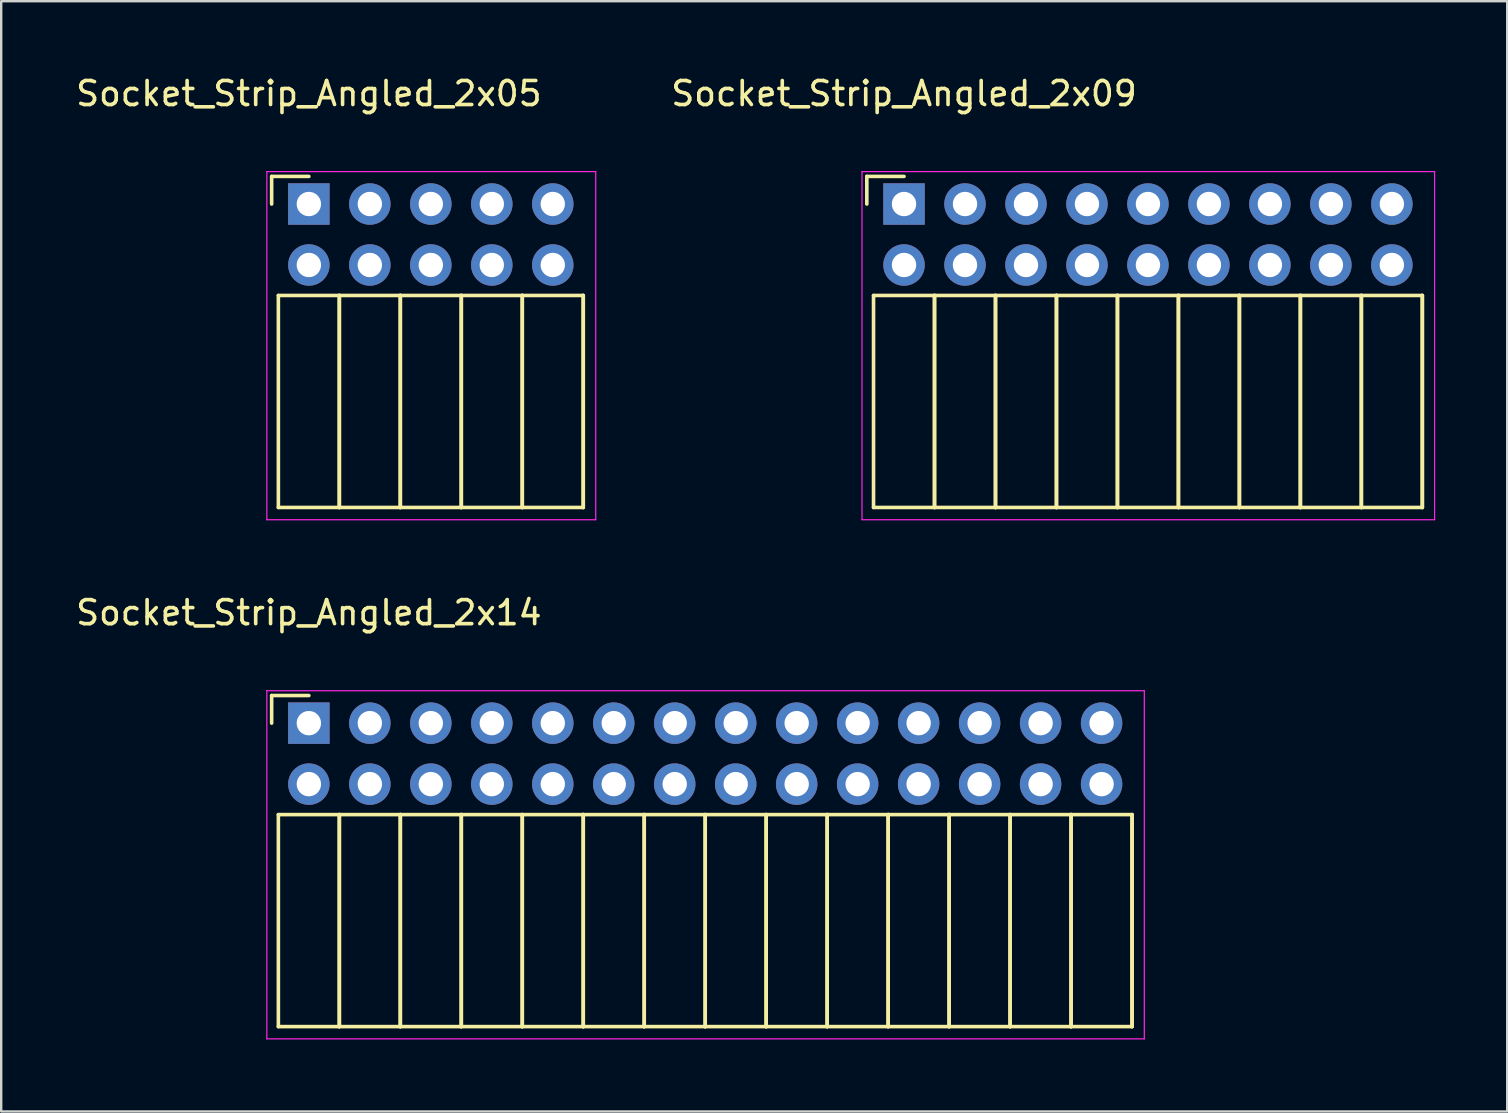
<source format=kicad_pcb>
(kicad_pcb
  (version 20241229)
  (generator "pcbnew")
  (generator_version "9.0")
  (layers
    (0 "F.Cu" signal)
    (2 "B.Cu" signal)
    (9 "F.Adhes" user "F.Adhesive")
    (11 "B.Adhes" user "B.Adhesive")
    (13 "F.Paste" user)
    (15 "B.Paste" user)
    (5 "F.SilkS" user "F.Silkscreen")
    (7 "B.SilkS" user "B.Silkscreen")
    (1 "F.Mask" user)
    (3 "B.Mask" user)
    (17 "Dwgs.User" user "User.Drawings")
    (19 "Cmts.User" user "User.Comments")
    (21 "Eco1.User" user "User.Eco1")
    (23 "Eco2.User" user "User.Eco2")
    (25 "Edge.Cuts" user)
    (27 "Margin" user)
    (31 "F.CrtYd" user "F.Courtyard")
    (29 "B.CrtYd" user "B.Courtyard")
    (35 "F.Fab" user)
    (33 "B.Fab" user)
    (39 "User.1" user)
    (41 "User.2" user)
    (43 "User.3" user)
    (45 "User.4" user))
  (footprint "Socket_Strip_Angled_2x14"
    (layer "F.Cu")
    (at 9.815 27.072)
    (property "Reference" "Socket_Strip_Angled_2x14" (at 0 -4.6 0) (layer "F.SilkS") (effects (font (size 1 1) (thickness 0.15))))
    (attr through_hole)
    (fp_line (start -1.55 -1.15) (end -1.55 0) (stroke (width 0.15) (type solid)) (layer "F.SilkS"))
    (fp_line (start -1.27 3.81) (end -1.27 12.64) (stroke (width 0.15) (type solid)) (layer "F.SilkS"))
    (fp_line (start -1.27 3.81) (end 1.27 3.81) (stroke (width 0.15) (type solid)) (layer "F.SilkS"))
    (fp_line (start -1.27 12.64) (end 1.27 12.64) (stroke (width 0.15) (type solid)) (layer "F.SilkS"))
    (fp_line (start 0 -1.15) (end -1.55 -1.15) (stroke (width 0.15) (type solid)) (layer "F.SilkS"))
    (fp_line (start 1.27 3.81) (end 1.27 12.64) (stroke (width 0.15) (type solid)) (layer "F.SilkS"))
    (fp_line (start 1.27 3.81) (end 3.81 3.81) (stroke (width 0.15) (type solid)) (layer "F.SilkS"))
    (fp_line (start 1.27 12.64) (end 1.27 3.81) (stroke (width 0.15) (type solid)) (layer "F.SilkS"))
    (fp_line (start 1.27 12.64) (end 3.81 12.64) (stroke (width 0.15) (type solid)) (layer "F.SilkS"))
    (fp_line (start 3.81 3.81) (end 3.81 12.64) (stroke (width 0.15) (type solid)) (layer "F.SilkS"))
    (fp_line (start 3.81 3.81) (end 6.35 3.81) (stroke (width 0.15) (type solid)) (layer "F.SilkS"))
    (fp_line (start 3.81 12.64) (end 3.81 3.81) (stroke (width 0.15) (type solid)) (layer "F.SilkS"))
    (fp_line (start 3.81 12.64) (end 6.35 12.64) (stroke (width 0.15) (type solid)) (layer "F.SilkS"))
    (fp_line (start 6.35 3.81) (end 6.35 12.64) (stroke (width 0.15) (type solid)) (layer "F.SilkS"))
    (fp_line (start 6.35 3.81) (end 8.89 3.81) (stroke (width 0.15) (type solid)) (layer "F.SilkS"))
    (fp_line (start 6.35 12.64) (end 6.35 3.81) (stroke (width 0.15) (type solid)) (layer "F.SilkS"))
    (fp_line (start 6.35 12.64) (end 8.89 12.64) (stroke (width 0.15) (type solid)) (layer "F.SilkS"))
    (fp_line (start 8.89 3.81) (end 8.89 12.64) (stroke (width 0.15) (type solid)) (layer "F.SilkS"))
    (fp_line (start 8.89 3.81) (end 11.43 3.81) (stroke (width 0.15) (type solid)) (layer "F.SilkS"))
    (fp_line (start 8.89 12.64) (end 8.89 3.81) (stroke (width 0.15) (type solid)) (layer "F.SilkS"))
    (fp_line (start 8.89 12.64) (end 11.43 12.64) (stroke (width 0.15) (type solid)) (layer "F.SilkS"))
    (fp_line (start 11.43 3.81) (end 11.43 12.64) (stroke (width 0.15) (type solid)) (layer "F.SilkS"))
    (fp_line (start 11.43 3.81) (end 13.97 3.81) (stroke (width 0.15) (type solid)) (layer "F.SilkS"))
    (fp_line (start 11.43 12.64) (end 11.43 3.81) (stroke (width 0.15) (type solid)) (layer "F.SilkS"))
    (fp_line (start 11.43 12.64) (end 13.97 12.64) (stroke (width 0.15) (type solid)) (layer "F.SilkS"))
    (fp_line (start 13.97 3.81) (end 13.97 12.64) (stroke (width 0.15) (type solid)) (layer "F.SilkS"))
    (fp_line (start 13.97 3.81) (end 16.51 3.81) (stroke (width 0.15) (type solid)) (layer "F.SilkS"))
    (fp_line (start 13.97 12.64) (end 13.97 3.81) (stroke (width 0.15) (type solid)) (layer "F.SilkS"))
    (fp_line (start 13.97 12.64) (end 16.51 12.64) (stroke (width 0.15) (type solid)) (layer "F.SilkS"))
    (fp_line (start 16.51 3.81) (end 16.51 12.64) (stroke (width 0.15) (type solid)) (layer "F.SilkS"))
    (fp_line (start 16.51 3.81) (end 19.05 3.81) (stroke (width 0.15) (type solid)) (layer "F.SilkS"))
    (fp_line (start 16.51 12.64) (end 16.51 3.81) (stroke (width 0.15) (type solid)) (layer "F.SilkS"))
    (fp_line (start 16.51 12.64) (end 19.05 12.64) (stroke (width 0.15) (type solid)) (layer "F.SilkS"))
    (fp_line (start 19.05 3.81) (end 19.05 12.64) (stroke (width 0.15) (type solid)) (layer "F.SilkS"))
    (fp_line (start 19.05 3.81) (end 21.59 3.81) (stroke (width 0.15) (type solid)) (layer "F.SilkS"))
    (fp_line (start 19.05 12.64) (end 19.05 3.81) (stroke (width 0.15) (type solid)) (layer "F.SilkS"))
    (fp_line (start 19.05 12.64) (end 21.59 12.64) (stroke (width 0.15) (type solid)) (layer "F.SilkS"))
    (fp_line (start 21.59 3.81) (end 21.59 12.64) (stroke (width 0.15) (type solid)) (layer "F.SilkS"))
    (fp_line (start 21.59 3.81) (end 24.13 3.81) (stroke (width 0.15) (type solid)) (layer "F.SilkS"))
    (fp_line (start 21.59 12.64) (end 21.59 3.81) (stroke (width 0.15) (type solid)) (layer "F.SilkS"))
    (fp_line (start 21.59 12.64) (end 24.13 12.64) (stroke (width 0.15) (type solid)) (layer "F.SilkS"))
    (fp_line (start 24.13 3.81) (end 24.13 12.64) (stroke (width 0.15) (type solid)) (layer "F.SilkS"))
    (fp_line (start 24.13 3.81) (end 26.67 3.81) (stroke (width 0.15) (type solid)) (layer "F.SilkS"))
    (fp_line (start 24.13 12.64) (end 24.13 3.81) (stroke (width 0.15) (type solid)) (layer "F.SilkS"))
    (fp_line (start 24.13 12.64) (end 26.67 12.64) (stroke (width 0.15) (type solid)) (layer "F.SilkS"))
    (fp_line (start 26.67 3.81) (end 26.67 12.64) (stroke (width 0.15) (type solid)) (layer "F.SilkS"))
    (fp_line (start 26.67 3.81) (end 29.21 3.81) (stroke (width 0.15) (type solid)) (layer "F.SilkS"))
    (fp_line (start 26.67 12.64) (end 26.67 3.81) (stroke (width 0.15) (type solid)) (layer "F.SilkS"))
    (fp_line (start 26.67 12.64) (end 29.21 12.64) (stroke (width 0.15) (type solid)) (layer "F.SilkS"))
    (fp_line (start 29.21 3.81) (end 29.21 12.64) (stroke (width 0.15) (type solid)) (layer "F.SilkS"))
    (fp_line (start 29.21 3.81) (end 31.75 3.81) (stroke (width 0.15) (type solid)) (layer "F.SilkS"))
    (fp_line (start 29.21 12.64) (end 29.21 3.81) (stroke (width 0.15) (type solid)) (layer "F.SilkS"))
    (fp_line (start 29.21 12.64) (end 31.75 12.64) (stroke (width 0.15) (type solid)) (layer "F.SilkS"))
    (fp_line (start 31.75 3.81) (end 31.75 12.64) (stroke (width 0.15) (type solid)) (layer "F.SilkS"))
    (fp_line (start 31.75 3.81) (end 34.29 3.81) (stroke (width 0.15) (type solid)) (layer "F.SilkS"))
    (fp_line (start 31.75 12.64) (end 31.75 3.81) (stroke (width 0.15) (type solid)) (layer "F.SilkS"))
    (fp_line (start 31.75 12.64) (end 34.29 12.64) (stroke (width 0.15) (type solid)) (layer "F.SilkS"))
    (fp_line (start 34.29 3.81) (end 34.29 12.64) (stroke (width 0.15) (type solid)) (layer "F.SilkS"))
    (fp_line (start 34.29 12.64) (end 34.29 3.81) (stroke (width 0.15) (type solid)) (layer "F.SilkS"))
    (fp_line (start -1.75 -1.35) (end -1.75 13.15) (stroke (width 0.05) (type solid)) (layer "F.CrtYd"))
    (fp_line (start -1.75 -1.35) (end 34.8 -1.35) (stroke (width 0.05) (type solid)) (layer "F.CrtYd"))
    (fp_line (start -1.75 13.15) (end 34.8 13.15) (stroke (width 0.05) (type solid)) (layer "F.CrtYd"))
    (fp_line (start 34.8 -1.35) (end 34.8 13.15) (stroke (width 0.05) (type solid)) (layer "F.CrtYd"))
    (pad "1" thru_hole rect (at 0 0) (size 1.727 1.727) (drill 1.016) (layers "*.Cu" "*.Mask"))
    (pad "2" thru_hole oval (at 0 2.54) (size 1.727 1.727) (drill 1.016) (layers "*.Cu" "*.Mask"))
    (pad "3" thru_hole oval (at 2.54 0) (size 1.727 1.727) (drill 1.016) (layers "*.Cu" "*.Mask"))
    (pad "4" thru_hole oval (at 2.54 2.54) (size 1.727 1.727) (drill 1.016) (layers "*.Cu" "*.Mask"))
    (pad "5" thru_hole oval (at 5.08 0) (size 1.727 1.727) (drill 1.016) (layers "*.Cu" "*.Mask"))
    (pad "6" thru_hole oval (at 5.08 2.54) (size 1.727 1.727) (drill 1.016) (layers "*.Cu" "*.Mask"))
    (pad "7" thru_hole oval (at 7.62 0) (size 1.727 1.727) (drill 1.016) (layers "*.Cu" "*.Mask"))
    (pad "8" thru_hole oval (at 7.62 2.54) (size 1.727 1.727) (drill 1.016) (layers "*.Cu" "*.Mask"))
    (pad "9" thru_hole oval (at 10.16 0) (size 1.727 1.727) (drill 1.016) (layers "*.Cu" "*.Mask"))
    (pad "10" thru_hole oval (at 10.16 2.54) (size 1.727 1.727) (drill 1.016) (layers "*.Cu" "*.Mask"))
    (pad "11" thru_hole oval (at 12.7 0) (size 1.727 1.727) (drill 1.016) (layers "*.Cu" "*.Mask"))
    (pad "12" thru_hole oval (at 12.7 2.54) (size 1.727 1.727) (drill 1.016) (layers "*.Cu" "*.Mask"))
    (pad "13" thru_hole oval (at 15.24 0) (size 1.727 1.727) (drill 1.016) (layers "*.Cu" "*.Mask"))
    (pad "14" thru_hole oval (at 15.24 2.54) (size 1.727 1.727) (drill 1.016) (layers "*.Cu" "*.Mask"))
    (pad "15" thru_hole oval (at 17.78 0) (size 1.727 1.727) (drill 1.016) (layers "*.Cu" "*.Mask"))
    (pad "16" thru_hole oval (at 17.78 2.54) (size 1.727 1.727) (drill 1.016) (layers "*.Cu" "*.Mask"))
    (pad "17" thru_hole oval (at 20.32 0) (size 1.727 1.727) (drill 1.016) (layers "*.Cu" "*.Mask"))
    (pad "18" thru_hole oval (at 20.32 2.54) (size 1.727 1.727) (drill 1.016) (layers "*.Cu" "*.Mask"))
    (pad "19" thru_hole oval (at 22.86 0) (size 1.727 1.727) (drill 1.016) (layers "*.Cu" "*.Mask"))
    (pad "20" thru_hole oval (at 22.86 2.54) (size 1.727 1.727) (drill 1.016) (layers "*.Cu" "*.Mask"))
    (pad "21" thru_hole oval (at 25.4 0) (size 1.727 1.727) (drill 1.016) (layers "*.Cu" "*.Mask"))
    (pad "22" thru_hole oval (at 25.4 2.54) (size 1.727 1.727) (drill 1.016) (layers "*.Cu" "*.Mask"))
    (pad "23" thru_hole oval (at 27.94 0) (size 1.727 1.727) (drill 1.016) (layers "*.Cu" "*.Mask"))
    (pad "24" thru_hole oval (at 27.94 2.54) (size 1.727 1.727) (drill 1.016) (layers "*.Cu" "*.Mask"))
    (pad "25" thru_hole oval (at 30.48 0) (size 1.727 1.727) (drill 1.016) (layers "*.Cu" "*.Mask"))
    (pad "26" thru_hole oval (at 30.48 2.54) (size 1.727 1.727) (drill 1.016) (layers "*.Cu" "*.Mask"))
    (pad "27" thru_hole oval (at 33.02 0) (size 1.727 1.727) (drill 1.016) (layers "*.Cu" "*.Mask"))
    (pad "28" thru_hole oval (at 33.02 2.54) (size 1.727 1.727) (drill 1.016) (layers "*.Cu" "*.Mask")))
  (footprint "Socket_Strip_Angled_2x05"
    (layer "F.Cu")
    (at 9.815 5.448)
    (property "Reference" "Socket_Strip_Angled_2x05" (at 0 -4.6 0) (layer "F.SilkS") (effects (font (size 1 1) (thickness 0.15))))
    (attr through_hole)
    (fp_line (start -1.55 -1.15) (end -1.55 0) (stroke (width 0.15) (type solid)) (layer "F.SilkS"))
    (fp_line (start -1.27 3.81) (end -1.27 12.64) (stroke (width 0.15) (type solid)) (layer "F.SilkS"))
    (fp_line (start -1.27 3.81) (end 1.27 3.81) (stroke (width 0.15) (type solid)) (layer "F.SilkS"))
    (fp_line (start -1.27 12.64) (end 1.27 12.64) (stroke (width 0.15) (type solid)) (layer "F.SilkS"))
    (fp_line (start 0 -1.15) (end -1.55 -1.15) (stroke (width 0.15) (type solid)) (layer "F.SilkS"))
    (fp_line (start 1.27 3.81) (end 1.27 12.64) (stroke (width 0.15) (type solid)) (layer "F.SilkS"))
    (fp_line (start 1.27 3.81) (end 3.81 3.81) (stroke (width 0.15) (type solid)) (layer "F.SilkS"))
    (fp_line (start 1.27 12.64) (end 1.27 3.81) (stroke (width 0.15) (type solid)) (layer "F.SilkS"))
    (fp_line (start 1.27 12.64) (end 3.81 12.64) (stroke (width 0.15) (type solid)) (layer "F.SilkS"))
    (fp_line (start 3.81 3.81) (end 3.81 12.64) (stroke (width 0.15) (type solid)) (layer "F.SilkS"))
    (fp_line (start 3.81 3.81) (end 6.35 3.81) (stroke (width 0.15) (type solid)) (layer "F.SilkS"))
    (fp_line (start 3.81 12.64) (end 3.81 3.81) (stroke (width 0.15) (type solid)) (layer "F.SilkS"))
    (fp_line (start 3.81 12.64) (end 6.35 12.64) (stroke (width 0.15) (type solid)) (layer "F.SilkS"))
    (fp_line (start 6.35 3.81) (end 6.35 12.64) (stroke (width 0.15) (type solid)) (layer "F.SilkS"))
    (fp_line (start 6.35 3.81) (end 8.89 3.81) (stroke (width 0.15) (type solid)) (layer "F.SilkS"))
    (fp_line (start 6.35 12.64) (end 6.35 3.81) (stroke (width 0.15) (type solid)) (layer "F.SilkS"))
    (fp_line (start 6.35 12.64) (end 8.89 12.64) (stroke (width 0.15) (type solid)) (layer "F.SilkS"))
    (fp_line (start 8.89 3.81) (end 8.89 12.64) (stroke (width 0.15) (type solid)) (layer "F.SilkS"))
    (fp_line (start 8.89 3.81) (end 11.43 3.81) (stroke (width 0.15) (type solid)) (layer "F.SilkS"))
    (fp_line (start 8.89 12.64) (end 8.89 3.81) (stroke (width 0.15) (type solid)) (layer "F.SilkS"))
    (fp_line (start 8.89 12.64) (end 11.43 12.64) (stroke (width 0.15) (type solid)) (layer "F.SilkS"))
    (fp_line (start 11.43 3.81) (end 11.43 12.64) (stroke (width 0.15) (type solid)) (layer "F.SilkS"))
    (fp_line (start 11.43 12.64) (end 11.43 3.81) (stroke (width 0.15) (type solid)) (layer "F.SilkS"))
    (fp_line (start -1.75 -1.35) (end -1.75 13.15) (stroke (width 0.05) (type solid)) (layer "F.CrtYd"))
    (fp_line (start -1.75 -1.35) (end 11.95 -1.35) (stroke (width 0.05) (type solid)) (layer "F.CrtYd"))
    (fp_line (start -1.75 13.15) (end 11.95 13.15) (stroke (width 0.05) (type solid)) (layer "F.CrtYd"))
    (fp_line (start 11.95 -1.35) (end 11.95 13.15) (stroke (width 0.05) (type solid)) (layer "F.CrtYd"))
    (pad "1" thru_hole rect (at 0 0) (size 1.727 1.727) (drill 1.016) (layers "*.Cu" "*.Mask"))
    (pad "2" thru_hole oval (at 0 2.54) (size 1.727 1.727) (drill 1.016) (layers "*.Cu" "*.Mask"))
    (pad "3" thru_hole oval (at 2.54 0) (size 1.727 1.727) (drill 1.016) (layers "*.Cu" "*.Mask"))
    (pad "4" thru_hole oval (at 2.54 2.54) (size 1.727 1.727) (drill 1.016) (layers "*.Cu" "*.Mask"))
    (pad "5" thru_hole oval (at 5.08 0) (size 1.727 1.727) (drill 1.016) (layers "*.Cu" "*.Mask"))
    (pad "6" thru_hole oval (at 5.08 2.54) (size 1.727 1.727) (drill 1.016) (layers "*.Cu" "*.Mask"))
    (pad "7" thru_hole oval (at 7.62 0) (size 1.727 1.727) (drill 1.016) (layers "*.Cu" "*.Mask"))
    (pad "8" thru_hole oval (at 7.62 2.54) (size 1.727 1.727) (drill 1.016) (layers "*.Cu" "*.Mask"))
    (pad "9" thru_hole oval (at 10.16 0) (size 1.727 1.727) (drill 1.016) (layers "*.Cu" "*.Mask"))
    (pad "10" thru_hole oval (at 10.16 2.54) (size 1.727 1.727) (drill 1.016) (layers "*.Cu" "*.Mask")))
  (footprint "Socket_Strip_Angled_2x09"
    (layer "F.Cu")
    (at 34.606 5.448)
    (property "Reference" "Socket_Strip_Angled_2x09" (at 0 -4.6 0) (layer "F.SilkS") (effects (font (size 1 1) (thickness 0.15))))
    (attr through_hole)
    (fp_line (start -1.55 -1.15) (end -1.55 0) (stroke (width 0.15) (type solid)) (layer "F.SilkS"))
    (fp_line (start -1.27 3.81) (end -1.27 12.64) (stroke (width 0.15) (type solid)) (layer "F.SilkS"))
    (fp_line (start -1.27 3.81) (end 1.27 3.81) (stroke (width 0.15) (type solid)) (layer "F.SilkS"))
    (fp_line (start -1.27 12.64) (end 1.27 12.64) (stroke (width 0.15) (type solid)) (layer "F.SilkS"))
    (fp_line (start 0 -1.15) (end -1.55 -1.15) (stroke (width 0.15) (type solid)) (layer "F.SilkS"))
    (fp_line (start 1.27 3.81) (end 1.27 12.64) (stroke (width 0.15) (type solid)) (layer "F.SilkS"))
    (fp_line (start 1.27 3.81) (end 3.81 3.81) (stroke (width 0.15) (type solid)) (layer "F.SilkS"))
    (fp_line (start 1.27 12.64) (end 1.27 3.81) (stroke (width 0.15) (type solid)) (layer "F.SilkS"))
    (fp_line (start 1.27 12.64) (end 3.81 12.64) (stroke (width 0.15) (type solid)) (layer "F.SilkS"))
    (fp_line (start 3.81 3.81) (end 3.81 12.64) (stroke (width 0.15) (type solid)) (layer "F.SilkS"))
    (fp_line (start 3.81 3.81) (end 6.35 3.81) (stroke (width 0.15) (type solid)) (layer "F.SilkS"))
    (fp_line (start 3.81 12.64) (end 3.81 3.81) (stroke (width 0.15) (type solid)) (layer "F.SilkS"))
    (fp_line (start 3.81 12.64) (end 6.35 12.64) (stroke (width 0.15) (type solid)) (layer "F.SilkS"))
    (fp_line (start 6.35 3.81) (end 6.35 12.64) (stroke (width 0.15) (type solid)) (layer "F.SilkS"))
    (fp_line (start 6.35 3.81) (end 8.89 3.81) (stroke (width 0.15) (type solid)) (layer "F.SilkS"))
    (fp_line (start 6.35 12.64) (end 6.35 3.81) (stroke (width 0.15) (type solid)) (layer "F.SilkS"))
    (fp_line (start 6.35 12.64) (end 8.89 12.64) (stroke (width 0.15) (type solid)) (layer "F.SilkS"))
    (fp_line (start 8.89 3.81) (end 8.89 12.64) (stroke (width 0.15) (type solid)) (layer "F.SilkS"))
    (fp_line (start 8.89 3.81) (end 11.43 3.81) (stroke (width 0.15) (type solid)) (layer "F.SilkS"))
    (fp_line (start 8.89 12.64) (end 8.89 3.81) (stroke (width 0.15) (type solid)) (layer "F.SilkS"))
    (fp_line (start 8.89 12.64) (end 11.43 12.64) (stroke (width 0.15) (type solid)) (layer "F.SilkS"))
    (fp_line (start 11.43 3.81) (end 11.43 12.64) (stroke (width 0.15) (type solid)) (layer "F.SilkS"))
    (fp_line (start 11.43 3.81) (end 13.97 3.81) (stroke (width 0.15) (type solid)) (layer "F.SilkS"))
    (fp_line (start 11.43 12.64) (end 11.43 3.81) (stroke (width 0.15) (type solid)) (layer "F.SilkS"))
    (fp_line (start 11.43 12.64) (end 13.97 12.64) (stroke (width 0.15) (type solid)) (layer "F.SilkS"))
    (fp_line (start 13.97 3.81) (end 13.97 12.64) (stroke (width 0.15) (type solid)) (layer "F.SilkS"))
    (fp_line (start 13.97 3.81) (end 16.51 3.81) (stroke (width 0.15) (type solid)) (layer "F.SilkS"))
    (fp_line (start 13.97 12.64) (end 13.97 3.81) (stroke (width 0.15) (type solid)) (layer "F.SilkS"))
    (fp_line (start 13.97 12.64) (end 16.51 12.64) (stroke (width 0.15) (type solid)) (layer "F.SilkS"))
    (fp_line (start 16.51 3.81) (end 16.51 12.64) (stroke (width 0.15) (type solid)) (layer "F.SilkS"))
    (fp_line (start 16.51 3.81) (end 19.05 3.81) (stroke (width 0.15) (type solid)) (layer "F.SilkS"))
    (fp_line (start 16.51 12.64) (end 16.51 3.81) (stroke (width 0.15) (type solid)) (layer "F.SilkS"))
    (fp_line (start 16.51 12.64) (end 19.05 12.64) (stroke (width 0.15) (type solid)) (layer "F.SilkS"))
    (fp_line (start 19.05 3.81) (end 19.05 12.64) (stroke (width 0.15) (type solid)) (layer "F.SilkS"))
    (fp_line (start 19.05 3.81) (end 21.59 3.81) (stroke (width 0.15) (type solid)) (layer "F.SilkS"))
    (fp_line (start 19.05 12.64) (end 19.05 3.81) (stroke (width 0.15) (type solid)) (layer "F.SilkS"))
    (fp_line (start 19.05 12.64) (end 21.59 12.64) (stroke (width 0.15) (type solid)) (layer "F.SilkS"))
    (fp_line (start 21.59 3.81) (end 21.59 12.64) (stroke (width 0.15) (type solid)) (layer "F.SilkS"))
    (fp_line (start 21.59 12.64) (end 21.59 3.81) (stroke (width 0.15) (type solid)) (layer "F.SilkS"))
    (fp_line (start -1.75 -1.35) (end -1.75 13.15) (stroke (width 0.05) (type solid)) (layer "F.CrtYd"))
    (fp_line (start -1.75 -1.35) (end 22.1 -1.35) (stroke (width 0.05) (type solid)) (layer "F.CrtYd"))
    (fp_line (start -1.75 13.15) (end 22.1 13.15) (stroke (width 0.05) (type solid)) (layer "F.CrtYd"))
    (fp_line (start 22.1 -1.35) (end 22.1 13.15) (stroke (width 0.05) (type solid)) (layer "F.CrtYd"))
    (pad "1" thru_hole rect (at 0 0) (size 1.727 1.727) (drill 1.016) (layers "*.Cu" "*.Mask"))
    (pad "2" thru_hole oval (at 0 2.54) (size 1.727 1.727) (drill 1.016) (layers "*.Cu" "*.Mask"))
    (pad "3" thru_hole oval (at 2.54 0) (size 1.727 1.727) (drill 1.016) (layers "*.Cu" "*.Mask"))
    (pad "4" thru_hole oval (at 2.54 2.54) (size 1.727 1.727) (drill 1.016) (layers "*.Cu" "*.Mask"))
    (pad "5" thru_hole oval (at 5.08 0) (size 1.727 1.727) (drill 1.016) (layers "*.Cu" "*.Mask"))
    (pad "6" thru_hole oval (at 5.08 2.54) (size 1.727 1.727) (drill 1.016) (layers "*.Cu" "*.Mask"))
    (pad "7" thru_hole oval (at 7.62 0) (size 1.727 1.727) (drill 1.016) (layers "*.Cu" "*.Mask"))
    (pad "8" thru_hole oval (at 7.62 2.54) (size 1.727 1.727) (drill 1.016) (layers "*.Cu" "*.Mask"))
    (pad "9" thru_hole oval (at 10.16 0) (size 1.727 1.727) (drill 1.016) (layers "*.Cu" "*.Mask"))
    (pad "10" thru_hole oval (at 10.16 2.54) (size 1.727 1.727) (drill 1.016) (layers "*.Cu" "*.Mask"))
    (pad "11" thru_hole oval (at 12.7 0) (size 1.727 1.727) (drill 1.016) (layers "*.Cu" "*.Mask"))
    (pad "12" thru_hole oval (at 12.7 2.54) (size 1.727 1.727) (drill 1.016) (layers "*.Cu" "*.Mask"))
    (pad "13" thru_hole oval (at 15.24 0) (size 1.727 1.727) (drill 1.016) (layers "*.Cu" "*.Mask"))
    (pad "14" thru_hole oval (at 15.24 2.54) (size 1.727 1.727) (drill 1.016) (layers "*.Cu" "*.Mask"))
    (pad "15" thru_hole oval (at 17.78 0) (size 1.727 1.727) (drill 1.016) (layers "*.Cu" "*.Mask"))
    (pad "16" thru_hole oval (at 17.78 2.54) (size 1.727 1.727) (drill 1.016) (layers "*.Cu" "*.Mask"))
    (pad "17" thru_hole oval (at 20.32 0) (size 1.727 1.727) (drill 1.016) (layers "*.Cu" "*.Mask"))
    (pad "18" thru_hole oval (at 20.32 2.54) (size 1.727 1.727) (drill 1.016) (layers "*.Cu" "*.Mask")))
  (gr_rect
    (start -3 -3)
    (end 59.731 43.246)
    (stroke (width 0.1) (type default))
    (fill no)
    (layer "Edge.Cuts")))
</source>
